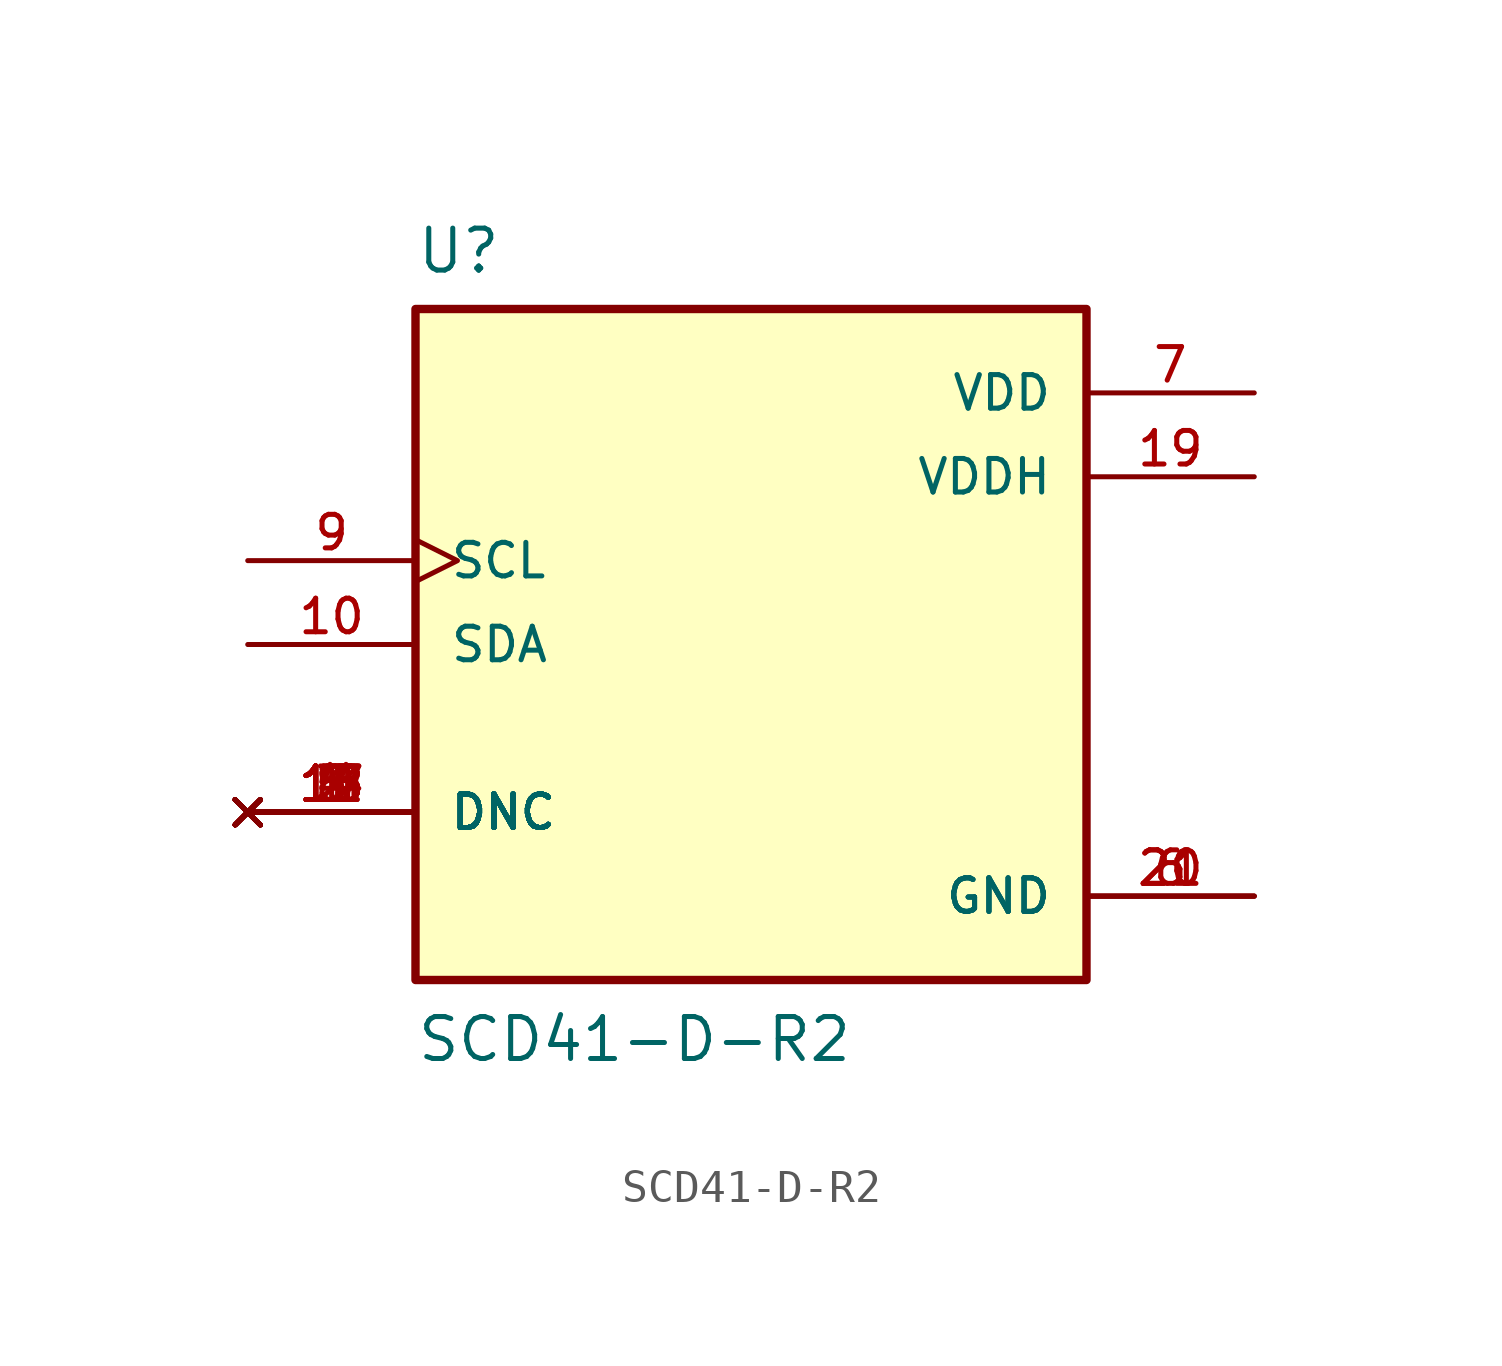
<source format=kicad_sym>
(kicad_symbol_lib
  (version 20211014)
  (generator kicad_symbol_editor)
  (symbol "SCD41-D-R2"
    (pin_names
      (offset 1.016))
    (property "Reference" "U"
      (at -10.16 11.176 0)
      (effects (font (size 1.27 1.27)) (justify bottom left)))
    (property "Value" "SCD41-D-R2"
      (at -10.16 -12.7 0)
      (effects (font (size 1.27 1.27)) (justify bottom left)))
    (symbol "SCD41-D-R2_0_0"
      (rectangle (start -10.16 -10.16) (end 10.16 10.16) (stroke (width 0.254)) (fill (type background)))
      (pin power_in line (at 15.24 7.62 180.0) (length 5.08) (name "VDD" (effects (font (size 1.016 1.016)))) (number "7" (effects (font (size 1.016 1.016)))))
      (pin power_in line (at 15.24 5.08 180.0) (length 5.08) (name "VDDH" (effects (font (size 1.016 1.016)))) (number "19" (effects (font (size 1.016 1.016)))))
      (pin power_in line (at 15.24 -7.62 180.0) (length 5.08) (name "GND" (effects (font (size 1.016 1.016)))) (number "6" (effects (font (size 1.016 1.016)))))
      (pin power_in line (at 15.24 -7.62 180.0) (length 5.08) (name "GND" (effects (font (size 1.016 1.016)))) (number "20" (effects (font (size 1.016 1.016)))))
      (pin power_in line (at 15.24 -7.62 180.0) (length 5.08) (name "GND" (effects (font (size 1.016 1.016)))) (number "21" (effects (font (size 1.016 1.016)))))
      (pin bidirectional line (at -15.24 0.0 0) (length 5.08) (name "SDA" (effects (font (size 1.016 1.016)))) (number "10" (effects (font (size 1.016 1.016)))))
      (pin input clock (at -15.24 2.54 0) (length 5.08) (name "SCL" (effects (font (size 1.016 1.016)))) (number "9" (effects (font (size 1.016 1.016)))))
      (pin no_connect line (at -15.24 -5.08 0) (length 5.08) (name "DNC" (effects (font (size 1.016 1.016)))) (number "1" (effects (font (size 1.016 1.016)))))
      (pin no_connect line (at -15.24 -5.08 0) (length 5.08) (name "DNC" (effects (font (size 1.016 1.016)))) (number "2" (effects (font (size 1.016 1.016)))))
      (pin no_connect line (at -15.24 -5.08 0) (length 5.08) (name "DNC" (effects (font (size 1.016 1.016)))) (number "3" (effects (font (size 1.016 1.016)))))
      (pin no_connect line (at -15.24 -5.08 0) (length 5.08) (name "DNC" (effects (font (size 1.016 1.016)))) (number "4" (effects (font (size 1.016 1.016)))))
      (pin no_connect line (at -15.24 -5.08 0) (length 5.08) (name "DNC" (effects (font (size 1.016 1.016)))) (number "5" (effects (font (size 1.016 1.016)))))
      (pin no_connect line (at -15.24 -5.08 0) (length 5.08) (name "DNC" (effects (font (size 1.016 1.016)))) (number "8" (effects (font (size 1.016 1.016)))))
      (pin no_connect line (at -15.24 -5.08 0) (length 5.08) (name "DNC" (effects (font (size 1.016 1.016)))) (number "11" (effects (font (size 1.016 1.016)))))
      (pin no_connect line (at -15.24 -5.08 0) (length 5.08) (name "DNC" (effects (font (size 1.016 1.016)))) (number "12" (effects (font (size 1.016 1.016)))))
      (pin no_connect line (at -15.24 -5.08 0) (length 5.08) (name "DNC" (effects (font (size 1.016 1.016)))) (number "13" (effects (font (size 1.016 1.016)))))
      (pin no_connect line (at -15.24 -5.08 0) (length 5.08) (name "DNC" (effects (font (size 1.016 1.016)))) (number "14" (effects (font (size 1.016 1.016)))))
      (pin no_connect line (at -15.24 -5.08 0) (length 5.08) (name "DNC" (effects (font (size 1.016 1.016)))) (number "15" (effects (font (size 1.016 1.016)))))
      (pin no_connect line (at -15.24 -5.08 0) (length 5.08) (name "DNC" (effects (font (size 1.016 1.016)))) (number "16" (effects (font (size 1.016 1.016)))))
      (pin no_connect line (at -15.24 -5.08 0) (length 5.08) (name "DNC" (effects (font (size 1.016 1.016)))) (number "17" (effects (font (size 1.016 1.016)))))
      (pin no_connect line (at -15.24 -5.08 0) (length 5.08) (name "DNC" (effects (font (size 1.016 1.016)))) (number "18" (effects (font (size 1.016 1.016))))))))
</source>
